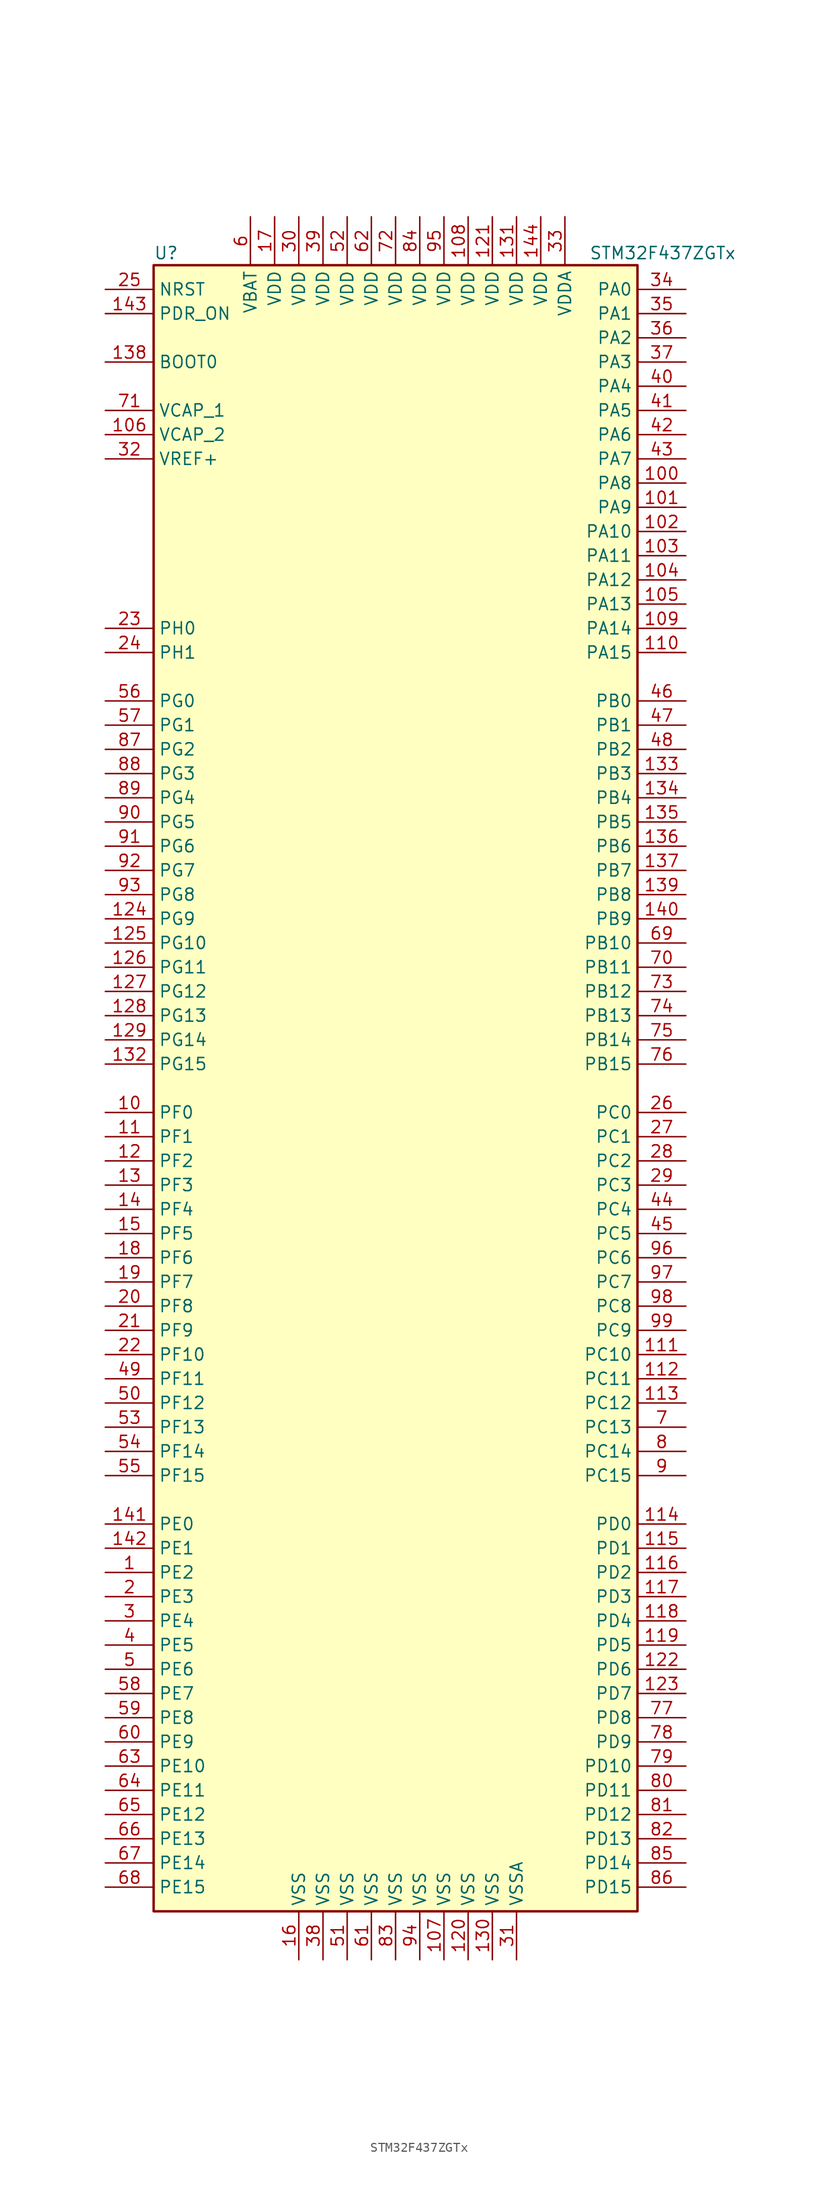
<source format=kicad_sym>
(kicad_symbol_lib
  (version 20211014)
  (generator kicad_symbol_editor)
  (symbol "STM32F437ZGTx"
    (property "Reference" "U"
      (at -25.4 87.63 0)
      (effects (font (size 1.27 1.27)) (justify left)))
    (property "Value" "STM32F437ZGTx"
      (at 20.32 87.63 0)
      (effects (font (size 1.27 1.27)) (justify left)))
    (symbol "STM32F437ZGTx_0_1"
      (rectangle (start -25.4 -86.36) (end 25.4 86.36) (stroke (width 0.254) (type default) (color 0 0 0 0)) (fill (type background))))
    (symbol "STM32F437ZGTx_1_1"
      (pin bidirectional line (at -30.48 -50.8 0) (length 5.08) (name "PE2" (effects (font (size 1.27 1.27)))) (number "1" (effects (font (size 1.27 1.27)))))
      (pin bidirectional line (at -30.48 -2.54 0) (length 5.08) (name "PF0" (effects (font (size 1.27 1.27)))) (number "10" (effects (font (size 1.27 1.27)))))
      (pin bidirectional line (at 30.48 63.5 180) (length 5.08) (name "PA8" (effects (font (size 1.27 1.27)))) (number "100" (effects (font (size 1.27 1.27)))))
      (pin bidirectional line (at 30.48 60.96 180) (length 5.08) (name "PA9" (effects (font (size 1.27 1.27)))) (number "101" (effects (font (size 1.27 1.27)))))
      (pin bidirectional line (at 30.48 58.42 180) (length 5.08) (name "PA10" (effects (font (size 1.27 1.27)))) (number "102" (effects (font (size 1.27 1.27)))))
      (pin bidirectional line (at 30.48 55.88 180) (length 5.08) (name "PA11" (effects (font (size 1.27 1.27)))) (number "103" (effects (font (size 1.27 1.27)))))
      (pin bidirectional line (at 30.48 53.34 180) (length 5.08) (name "PA12" (effects (font (size 1.27 1.27)))) (number "104" (effects (font (size 1.27 1.27)))))
      (pin bidirectional line (at 30.48 50.8 180) (length 5.08) (name "PA13" (effects (font (size 1.27 1.27)))) (number "105" (effects (font (size 1.27 1.27)))))
      (pin power_in line (at -30.48 68.58 0) (length 5.08) (name "VCAP_2" (effects (font (size 1.27 1.27)))) (number "106" (effects (font (size 1.27 1.27)))))
      (pin power_in line (at 5.08 -91.44 90) (length 5.08) (name "VSS" (effects (font (size 1.27 1.27)))) (number "107" (effects (font (size 1.27 1.27)))))
      (pin power_in line (at 7.62 91.44 270) (length 5.08) (name "VDD" (effects (font (size 1.27 1.27)))) (number "108" (effects (font (size 1.27 1.27)))))
      (pin bidirectional line (at 30.48 48.26 180) (length 5.08) (name "PA14" (effects (font (size 1.27 1.27)))) (number "109" (effects (font (size 1.27 1.27)))))
      (pin bidirectional line (at -30.48 -5.08 0) (length 5.08) (name "PF1" (effects (font (size 1.27 1.27)))) (number "11" (effects (font (size 1.27 1.27)))))
      (pin bidirectional line (at 30.48 45.72 180) (length 5.08) (name "PA15" (effects (font (size 1.27 1.27)))) (number "110" (effects (font (size 1.27 1.27)))))
      (pin bidirectional line (at 30.48 -27.94 180) (length 5.08) (name "PC10" (effects (font (size 1.27 1.27)))) (number "111" (effects (font (size 1.27 1.27)))))
      (pin bidirectional line (at 30.48 -30.48 180) (length 5.08) (name "PC11" (effects (font (size 1.27 1.27)))) (number "112" (effects (font (size 1.27 1.27)))))
      (pin bidirectional line (at 30.48 -33.02 180) (length 5.08) (name "PC12" (effects (font (size 1.27 1.27)))) (number "113" (effects (font (size 1.27 1.27)))))
      (pin bidirectional line (at 30.48 -45.72 180) (length 5.08) (name "PD0" (effects (font (size 1.27 1.27)))) (number "114" (effects (font (size 1.27 1.27)))))
      (pin bidirectional line (at 30.48 -48.26 180) (length 5.08) (name "PD1" (effects (font (size 1.27 1.27)))) (number "115" (effects (font (size 1.27 1.27)))))
      (pin bidirectional line (at 30.48 -50.8 180) (length 5.08) (name "PD2" (effects (font (size 1.27 1.27)))) (number "116" (effects (font (size 1.27 1.27)))))
      (pin bidirectional line (at 30.48 -53.34 180) (length 5.08) (name "PD3" (effects (font (size 1.27 1.27)))) (number "117" (effects (font (size 1.27 1.27)))))
      (pin bidirectional line (at 30.48 -55.88 180) (length 5.08) (name "PD4" (effects (font (size 1.27 1.27)))) (number "118" (effects (font (size 1.27 1.27)))))
      (pin bidirectional line (at 30.48 -58.42 180) (length 5.08) (name "PD5" (effects (font (size 1.27 1.27)))) (number "119" (effects (font (size 1.27 1.27)))))
      (pin bidirectional line (at -30.48 -7.62 0) (length 5.08) (name "PF2" (effects (font (size 1.27 1.27)))) (number "12" (effects (font (size 1.27 1.27)))))
      (pin power_in line (at 7.62 -91.44 90) (length 5.08) (name "VSS" (effects (font (size 1.27 1.27)))) (number "120" (effects (font (size 1.27 1.27)))))
      (pin power_in line (at 10.16 91.44 270) (length 5.08) (name "VDD" (effects (font (size 1.27 1.27)))) (number "121" (effects (font (size 1.27 1.27)))))
      (pin bidirectional line (at 30.48 -60.96 180) (length 5.08) (name "PD6" (effects (font (size 1.27 1.27)))) (number "122" (effects (font (size 1.27 1.27)))))
      (pin bidirectional line (at 30.48 -63.5 180) (length 5.08) (name "PD7" (effects (font (size 1.27 1.27)))) (number "123" (effects (font (size 1.27 1.27)))))
      (pin bidirectional line (at -30.48 17.78 0) (length 5.08) (name "PG9" (effects (font (size 1.27 1.27)))) (number "124" (effects (font (size 1.27 1.27)))))
      (pin bidirectional line (at -30.48 15.24 0) (length 5.08) (name "PG10" (effects (font (size 1.27 1.27)))) (number "125" (effects (font (size 1.27 1.27)))))
      (pin bidirectional line (at -30.48 12.7 0) (length 5.08) (name "PG11" (effects (font (size 1.27 1.27)))) (number "126" (effects (font (size 1.27 1.27)))))
      (pin bidirectional line (at -30.48 10.16 0) (length 5.08) (name "PG12" (effects (font (size 1.27 1.27)))) (number "127" (effects (font (size 1.27 1.27)))))
      (pin bidirectional line (at -30.48 7.62 0) (length 5.08) (name "PG13" (effects (font (size 1.27 1.27)))) (number "128" (effects (font (size 1.27 1.27)))))
      (pin bidirectional line (at -30.48 5.08 0) (length 5.08) (name "PG14" (effects (font (size 1.27 1.27)))) (number "129" (effects (font (size 1.27 1.27)))))
      (pin bidirectional line (at -30.48 -10.16 0) (length 5.08) (name "PF3" (effects (font (size 1.27 1.27)))) (number "13" (effects (font (size 1.27 1.27)))))
      (pin power_in line (at 10.16 -91.44 90) (length 5.08) (name "VSS" (effects (font (size 1.27 1.27)))) (number "130" (effects (font (size 1.27 1.27)))))
      (pin power_in line (at 12.7 91.44 270) (length 5.08) (name "VDD" (effects (font (size 1.27 1.27)))) (number "131" (effects (font (size 1.27 1.27)))))
      (pin bidirectional line (at -30.48 2.54 0) (length 5.08) (name "PG15" (effects (font (size 1.27 1.27)))) (number "132" (effects (font (size 1.27 1.27)))))
      (pin bidirectional line (at 30.48 33.02 180) (length 5.08) (name "PB3" (effects (font (size 1.27 1.27)))) (number "133" (effects (font (size 1.27 1.27)))))
      (pin bidirectional line (at 30.48 30.48 180) (length 5.08) (name "PB4" (effects (font (size 1.27 1.27)))) (number "134" (effects (font (size 1.27 1.27)))))
      (pin bidirectional line (at 30.48 27.94 180) (length 5.08) (name "PB5" (effects (font (size 1.27 1.27)))) (number "135" (effects (font (size 1.27 1.27)))))
      (pin bidirectional line (at 30.48 25.4 180) (length 5.08) (name "PB6" (effects (font (size 1.27 1.27)))) (number "136" (effects (font (size 1.27 1.27)))))
      (pin bidirectional line (at 30.48 22.86 180) (length 5.08) (name "PB7" (effects (font (size 1.27 1.27)))) (number "137" (effects (font (size 1.27 1.27)))))
      (pin input line (at -30.48 76.2 0) (length 5.08) (name "BOOT0" (effects (font (size 1.27 1.27)))) (number "138" (effects (font (size 1.27 1.27)))))
      (pin bidirectional line (at 30.48 20.32 180) (length 5.08) (name "PB8" (effects (font (size 1.27 1.27)))) (number "139" (effects (font (size 1.27 1.27)))))
      (pin bidirectional line (at -30.48 -12.7 0) (length 5.08) (name "PF4" (effects (font (size 1.27 1.27)))) (number "14" (effects (font (size 1.27 1.27)))))
      (pin bidirectional line (at 30.48 17.78 180) (length 5.08) (name "PB9" (effects (font (size 1.27 1.27)))) (number "140" (effects (font (size 1.27 1.27)))))
      (pin bidirectional line (at -30.48 -45.72 0) (length 5.08) (name "PE0" (effects (font (size 1.27 1.27)))) (number "141" (effects (font (size 1.27 1.27)))))
      (pin bidirectional line (at -30.48 -48.26 0) (length 5.08) (name "PE1" (effects (font (size 1.27 1.27)))) (number "142" (effects (font (size 1.27 1.27)))))
      (pin input line (at -30.48 81.28 0) (length 5.08) (name "PDR_ON" (effects (font (size 1.27 1.27)))) (number "143" (effects (font (size 1.27 1.27)))))
      (pin power_in line (at 15.24 91.44 270) (length 5.08) (name "VDD" (effects (font (size 1.27 1.27)))) (number "144" (effects (font (size 1.27 1.27)))))
      (pin bidirectional line (at -30.48 -15.24 0) (length 5.08) (name "PF5" (effects (font (size 1.27 1.27)))) (number "15" (effects (font (size 1.27 1.27)))))
      (pin power_in line (at -10.16 -91.44 90) (length 5.08) (name "VSS" (effects (font (size 1.27 1.27)))) (number "16" (effects (font (size 1.27 1.27)))))
      (pin power_in line (at -12.7 91.44 270) (length 5.08) (name "VDD" (effects (font (size 1.27 1.27)))) (number "17" (effects (font (size 1.27 1.27)))))
      (pin bidirectional line (at -30.48 -17.78 0) (length 5.08) (name "PF6" (effects (font (size 1.27 1.27)))) (number "18" (effects (font (size 1.27 1.27)))))
      (pin bidirectional line (at -30.48 -20.32 0) (length 5.08) (name "PF7" (effects (font (size 1.27 1.27)))) (number "19" (effects (font (size 1.27 1.27)))))
      (pin bidirectional line (at -30.48 -53.34 0) (length 5.08) (name "PE3" (effects (font (size 1.27 1.27)))) (number "2" (effects (font (size 1.27 1.27)))))
      (pin bidirectional line (at -30.48 -22.86 0) (length 5.08) (name "PF8" (effects (font (size 1.27 1.27)))) (number "20" (effects (font (size 1.27 1.27)))))
      (pin bidirectional line (at -30.48 -25.4 0) (length 5.08) (name "PF9" (effects (font (size 1.27 1.27)))) (number "21" (effects (font (size 1.27 1.27)))))
      (pin bidirectional line (at -30.48 -27.94 0) (length 5.08) (name "PF10" (effects (font (size 1.27 1.27)))) (number "22" (effects (font (size 1.27 1.27)))))
      (pin input line (at -30.48 48.26 0) (length 5.08) (name "PH0" (effects (font (size 1.27 1.27)))) (number "23" (effects (font (size 1.27 1.27)))))
      (pin input line (at -30.48 45.72 0) (length 5.08) (name "PH1" (effects (font (size 1.27 1.27)))) (number "24" (effects (font (size 1.27 1.27)))))
      (pin input line (at -30.48 83.82 0) (length 5.08) (name "NRST" (effects (font (size 1.27 1.27)))) (number "25" (effects (font (size 1.27 1.27)))))
      (pin bidirectional line (at 30.48 -2.54 180) (length 5.08) (name "PC0" (effects (font (size 1.27 1.27)))) (number "26" (effects (font (size 1.27 1.27)))))
      (pin bidirectional line (at 30.48 -5.08 180) (length 5.08) (name "PC1" (effects (font (size 1.27 1.27)))) (number "27" (effects (font (size 1.27 1.27)))))
      (pin bidirectional line (at 30.48 -7.62 180) (length 5.08) (name "PC2" (effects (font (size 1.27 1.27)))) (number "28" (effects (font (size 1.27 1.27)))))
      (pin bidirectional line (at 30.48 -10.16 180) (length 5.08) (name "PC3" (effects (font (size 1.27 1.27)))) (number "29" (effects (font (size 1.27 1.27)))))
      (pin bidirectional line (at -30.48 -55.88 0) (length 5.08) (name "PE4" (effects (font (size 1.27 1.27)))) (number "3" (effects (font (size 1.27 1.27)))))
      (pin power_in line (at -10.16 91.44 270) (length 5.08) (name "VDD" (effects (font (size 1.27 1.27)))) (number "30" (effects (font (size 1.27 1.27)))))
      (pin power_in line (at 12.7 -91.44 90) (length 5.08) (name "VSSA" (effects (font (size 1.27 1.27)))) (number "31" (effects (font (size 1.27 1.27)))))
      (pin power_in line (at -30.48 66.04 0) (length 5.08) (name "VREF+" (effects (font (size 1.27 1.27)))) (number "32" (effects (font (size 1.27 1.27)))))
      (pin power_in line (at 17.78 91.44 270) (length 5.08) (name "VDDA" (effects (font (size 1.27 1.27)))) (number "33" (effects (font (size 1.27 1.27)))))
      (pin bidirectional line (at 30.48 83.82 180) (length 5.08) (name "PA0" (effects (font (size 1.27 1.27)))) (number "34" (effects (font (size 1.27 1.27)))))
      (pin bidirectional line (at 30.48 81.28 180) (length 5.08) (name "PA1" (effects (font (size 1.27 1.27)))) (number "35" (effects (font (size 1.27 1.27)))))
      (pin bidirectional line (at 30.48 78.74 180) (length 5.08) (name "PA2" (effects (font (size 1.27 1.27)))) (number "36" (effects (font (size 1.27 1.27)))))
      (pin bidirectional line (at 30.48 76.2 180) (length 5.08) (name "PA3" (effects (font (size 1.27 1.27)))) (number "37" (effects (font (size 1.27 1.27)))))
      (pin power_in line (at -7.62 -91.44 90) (length 5.08) (name "VSS" (effects (font (size 1.27 1.27)))) (number "38" (effects (font (size 1.27 1.27)))))
      (pin power_in line (at -7.62 91.44 270) (length 5.08) (name "VDD" (effects (font (size 1.27 1.27)))) (number "39" (effects (font (size 1.27 1.27)))))
      (pin bidirectional line (at -30.48 -58.42 0) (length 5.08) (name "PE5" (effects (font (size 1.27 1.27)))) (number "4" (effects (font (size 1.27 1.27)))))
      (pin bidirectional line (at 30.48 73.66 180) (length 5.08) (name "PA4" (effects (font (size 1.27 1.27)))) (number "40" (effects (font (size 1.27 1.27)))))
      (pin bidirectional line (at 30.48 71.12 180) (length 5.08) (name "PA5" (effects (font (size 1.27 1.27)))) (number "41" (effects (font (size 1.27 1.27)))))
      (pin bidirectional line (at 30.48 68.58 180) (length 5.08) (name "PA6" (effects (font (size 1.27 1.27)))) (number "42" (effects (font (size 1.27 1.27)))))
      (pin bidirectional line (at 30.48 66.04 180) (length 5.08) (name "PA7" (effects (font (size 1.27 1.27)))) (number "43" (effects (font (size 1.27 1.27)))))
      (pin bidirectional line (at 30.48 -12.7 180) (length 5.08) (name "PC4" (effects (font (size 1.27 1.27)))) (number "44" (effects (font (size 1.27 1.27)))))
      (pin bidirectional line (at 30.48 -15.24 180) (length 5.08) (name "PC5" (effects (font (size 1.27 1.27)))) (number "45" (effects (font (size 1.27 1.27)))))
      (pin bidirectional line (at 30.48 40.64 180) (length 5.08) (name "PB0" (effects (font (size 1.27 1.27)))) (number "46" (effects (font (size 1.27 1.27)))))
      (pin bidirectional line (at 30.48 38.1 180) (length 5.08) (name "PB1" (effects (font (size 1.27 1.27)))) (number "47" (effects (font (size 1.27 1.27)))))
      (pin bidirectional line (at 30.48 35.56 180) (length 5.08) (name "PB2" (effects (font (size 1.27 1.27)))) (number "48" (effects (font (size 1.27 1.27)))))
      (pin bidirectional line (at -30.48 -30.48 0) (length 5.08) (name "PF11" (effects (font (size 1.27 1.27)))) (number "49" (effects (font (size 1.27 1.27)))))
      (pin bidirectional line (at -30.48 -60.96 0) (length 5.08) (name "PE6" (effects (font (size 1.27 1.27)))) (number "5" (effects (font (size 1.27 1.27)))))
      (pin bidirectional line (at -30.48 -33.02 0) (length 5.08) (name "PF12" (effects (font (size 1.27 1.27)))) (number "50" (effects (font (size 1.27 1.27)))))
      (pin power_in line (at -5.08 -91.44 90) (length 5.08) (name "VSS" (effects (font (size 1.27 1.27)))) (number "51" (effects (font (size 1.27 1.27)))))
      (pin power_in line (at -5.08 91.44 270) (length 5.08) (name "VDD" (effects (font (size 1.27 1.27)))) (number "52" (effects (font (size 1.27 1.27)))))
      (pin bidirectional line (at -30.48 -35.56 0) (length 5.08) (name "PF13" (effects (font (size 1.27 1.27)))) (number "53" (effects (font (size 1.27 1.27)))))
      (pin bidirectional line (at -30.48 -38.1 0) (length 5.08) (name "PF14" (effects (font (size 1.27 1.27)))) (number "54" (effects (font (size 1.27 1.27)))))
      (pin bidirectional line (at -30.48 -40.64 0) (length 5.08) (name "PF15" (effects (font (size 1.27 1.27)))) (number "55" (effects (font (size 1.27 1.27)))))
      (pin bidirectional line (at -30.48 40.64 0) (length 5.08) (name "PG0" (effects (font (size 1.27 1.27)))) (number "56" (effects (font (size 1.27 1.27)))))
      (pin bidirectional line (at -30.48 38.1 0) (length 5.08) (name "PG1" (effects (font (size 1.27 1.27)))) (number "57" (effects (font (size 1.27 1.27)))))
      (pin bidirectional line (at -30.48 -63.5 0) (length 5.08) (name "PE7" (effects (font (size 1.27 1.27)))) (number "58" (effects (font (size 1.27 1.27)))))
      (pin bidirectional line (at -30.48 -66.04 0) (length 5.08) (name "PE8" (effects (font (size 1.27 1.27)))) (number "59" (effects (font (size 1.27 1.27)))))
      (pin power_in line (at -15.24 91.44 270) (length 5.08) (name "VBAT" (effects (font (size 1.27 1.27)))) (number "6" (effects (font (size 1.27 1.27)))))
      (pin bidirectional line (at -30.48 -68.58 0) (length 5.08) (name "PE9" (effects (font (size 1.27 1.27)))) (number "60" (effects (font (size 1.27 1.27)))))
      (pin power_in line (at -2.54 -91.44 90) (length 5.08) (name "VSS" (effects (font (size 1.27 1.27)))) (number "61" (effects (font (size 1.27 1.27)))))
      (pin power_in line (at -2.54 91.44 270) (length 5.08) (name "VDD" (effects (font (size 1.27 1.27)))) (number "62" (effects (font (size 1.27 1.27)))))
      (pin bidirectional line (at -30.48 -71.12 0) (length 5.08) (name "PE10" (effects (font (size 1.27 1.27)))) (number "63" (effects (font (size 1.27 1.27)))))
      (pin bidirectional line (at -30.48 -73.66 0) (length 5.08) (name "PE11" (effects (font (size 1.27 1.27)))) (number "64" (effects (font (size 1.27 1.27)))))
      (pin bidirectional line (at -30.48 -76.2 0) (length 5.08) (name "PE12" (effects (font (size 1.27 1.27)))) (number "65" (effects (font (size 1.27 1.27)))))
      (pin bidirectional line (at -30.48 -78.74 0) (length 5.08) (name "PE13" (effects (font (size 1.27 1.27)))) (number "66" (effects (font (size 1.27 1.27)))))
      (pin bidirectional line (at -30.48 -81.28 0) (length 5.08) (name "PE14" (effects (font (size 1.27 1.27)))) (number "67" (effects (font (size 1.27 1.27)))))
      (pin bidirectional line (at -30.48 -83.82 0) (length 5.08) (name "PE15" (effects (font (size 1.27 1.27)))) (number "68" (effects (font (size 1.27 1.27)))))
      (pin bidirectional line (at 30.48 15.24 180) (length 5.08) (name "PB10" (effects (font (size 1.27 1.27)))) (number "69" (effects (font (size 1.27 1.27)))))
      (pin bidirectional line (at 30.48 -35.56 180) (length 5.08) (name "PC13" (effects (font (size 1.27 1.27)))) (number "7" (effects (font (size 1.27 1.27)))))
      (pin bidirectional line (at 30.48 12.7 180) (length 5.08) (name "PB11" (effects (font (size 1.27 1.27)))) (number "70" (effects (font (size 1.27 1.27)))))
      (pin power_in line (at -30.48 71.12 0) (length 5.08) (name "VCAP_1" (effects (font (size 1.27 1.27)))) (number "71" (effects (font (size 1.27 1.27)))))
      (pin power_in line (at 0 91.44 270) (length 5.08) (name "VDD" (effects (font (size 1.27 1.27)))) (number "72" (effects (font (size 1.27 1.27)))))
      (pin bidirectional line (at 30.48 10.16 180) (length 5.08) (name "PB12" (effects (font (size 1.27 1.27)))) (number "73" (effects (font (size 1.27 1.27)))))
      (pin bidirectional line (at 30.48 7.62 180) (length 5.08) (name "PB13" (effects (font (size 1.27 1.27)))) (number "74" (effects (font (size 1.27 1.27)))))
      (pin bidirectional line (at 30.48 5.08 180) (length 5.08) (name "PB14" (effects (font (size 1.27 1.27)))) (number "75" (effects (font (size 1.27 1.27)))))
      (pin bidirectional line (at 30.48 2.54 180) (length 5.08) (name "PB15" (effects (font (size 1.27 1.27)))) (number "76" (effects (font (size 1.27 1.27)))))
      (pin bidirectional line (at 30.48 -66.04 180) (length 5.08) (name "PD8" (effects (font (size 1.27 1.27)))) (number "77" (effects (font (size 1.27 1.27)))))
      (pin bidirectional line (at 30.48 -68.58 180) (length 5.08) (name "PD9" (effects (font (size 1.27 1.27)))) (number "78" (effects (font (size 1.27 1.27)))))
      (pin bidirectional line (at 30.48 -71.12 180) (length 5.08) (name "PD10" (effects (font (size 1.27 1.27)))) (number "79" (effects (font (size 1.27 1.27)))))
      (pin bidirectional line (at 30.48 -38.1 180) (length 5.08) (name "PC14" (effects (font (size 1.27 1.27)))) (number "8" (effects (font (size 1.27 1.27)))))
      (pin bidirectional line (at 30.48 -73.66 180) (length 5.08) (name "PD11" (effects (font (size 1.27 1.27)))) (number "80" (effects (font (size 1.27 1.27)))))
      (pin bidirectional line (at 30.48 -76.2 180) (length 5.08) (name "PD12" (effects (font (size 1.27 1.27)))) (number "81" (effects (font (size 1.27 1.27)))))
      (pin bidirectional line (at 30.48 -78.74 180) (length 5.08) (name "PD13" (effects (font (size 1.27 1.27)))) (number "82" (effects (font (size 1.27 1.27)))))
      (pin power_in line (at 0 -91.44 90) (length 5.08) (name "VSS" (effects (font (size 1.27 1.27)))) (number "83" (effects (font (size 1.27 1.27)))))
      (pin power_in line (at 2.54 91.44 270) (length 5.08) (name "VDD" (effects (font (size 1.27 1.27)))) (number "84" (effects (font (size 1.27 1.27)))))
      (pin bidirectional line (at 30.48 -81.28 180) (length 5.08) (name "PD14" (effects (font (size 1.27 1.27)))) (number "85" (effects (font (size 1.27 1.27)))))
      (pin bidirectional line (at 30.48 -83.82 180) (length 5.08) (name "PD15" (effects (font (size 1.27 1.27)))) (number "86" (effects (font (size 1.27 1.27)))))
      (pin bidirectional line (at -30.48 35.56 0) (length 5.08) (name "PG2" (effects (font (size 1.27 1.27)))) (number "87" (effects (font (size 1.27 1.27)))))
      (pin bidirectional line (at -30.48 33.02 0) (length 5.08) (name "PG3" (effects (font (size 1.27 1.27)))) (number "88" (effects (font (size 1.27 1.27)))))
      (pin bidirectional line (at -30.48 30.48 0) (length 5.08) (name "PG4" (effects (font (size 1.27 1.27)))) (number "89" (effects (font (size 1.27 1.27)))))
      (pin bidirectional line (at 30.48 -40.64 180) (length 5.08) (name "PC15" (effects (font (size 1.27 1.27)))) (number "9" (effects (font (size 1.27 1.27)))))
      (pin bidirectional line (at -30.48 27.94 0) (length 5.08) (name "PG5" (effects (font (size 1.27 1.27)))) (number "90" (effects (font (size 1.27 1.27)))))
      (pin bidirectional line (at -30.48 25.4 0) (length 5.08) (name "PG6" (effects (font (size 1.27 1.27)))) (number "91" (effects (font (size 1.27 1.27)))))
      (pin bidirectional line (at -30.48 22.86 0) (length 5.08) (name "PG7" (effects (font (size 1.27 1.27)))) (number "92" (effects (font (size 1.27 1.27)))))
      (pin bidirectional line (at -30.48 20.32 0) (length 5.08) (name "PG8" (effects (font (size 1.27 1.27)))) (number "93" (effects (font (size 1.27 1.27)))))
      (pin power_in line (at 2.54 -91.44 90) (length 5.08) (name "VSS" (effects (font (size 1.27 1.27)))) (number "94" (effects (font (size 1.27 1.27)))))
      (pin power_in line (at 5.08 91.44 270) (length 5.08) (name "VDD" (effects (font (size 1.27 1.27)))) (number "95" (effects (font (size 1.27 1.27)))))
      (pin bidirectional line (at 30.48 -17.78 180) (length 5.08) (name "PC6" (effects (font (size 1.27 1.27)))) (number "96" (effects (font (size 1.27 1.27)))))
      (pin bidirectional line (at 30.48 -20.32 180) (length 5.08) (name "PC7" (effects (font (size 1.27 1.27)))) (number "97" (effects (font (size 1.27 1.27)))))
      (pin bidirectional line (at 30.48 -22.86 180) (length 5.08) (name "PC8" (effects (font (size 1.27 1.27)))) (number "98" (effects (font (size 1.27 1.27)))))
      (pin bidirectional line (at 30.48 -25.4 180) (length 5.08) (name "PC9" (effects (font (size 1.27 1.27)))) (number "99" (effects (font (size 1.27 1.27))))))))
</source>
